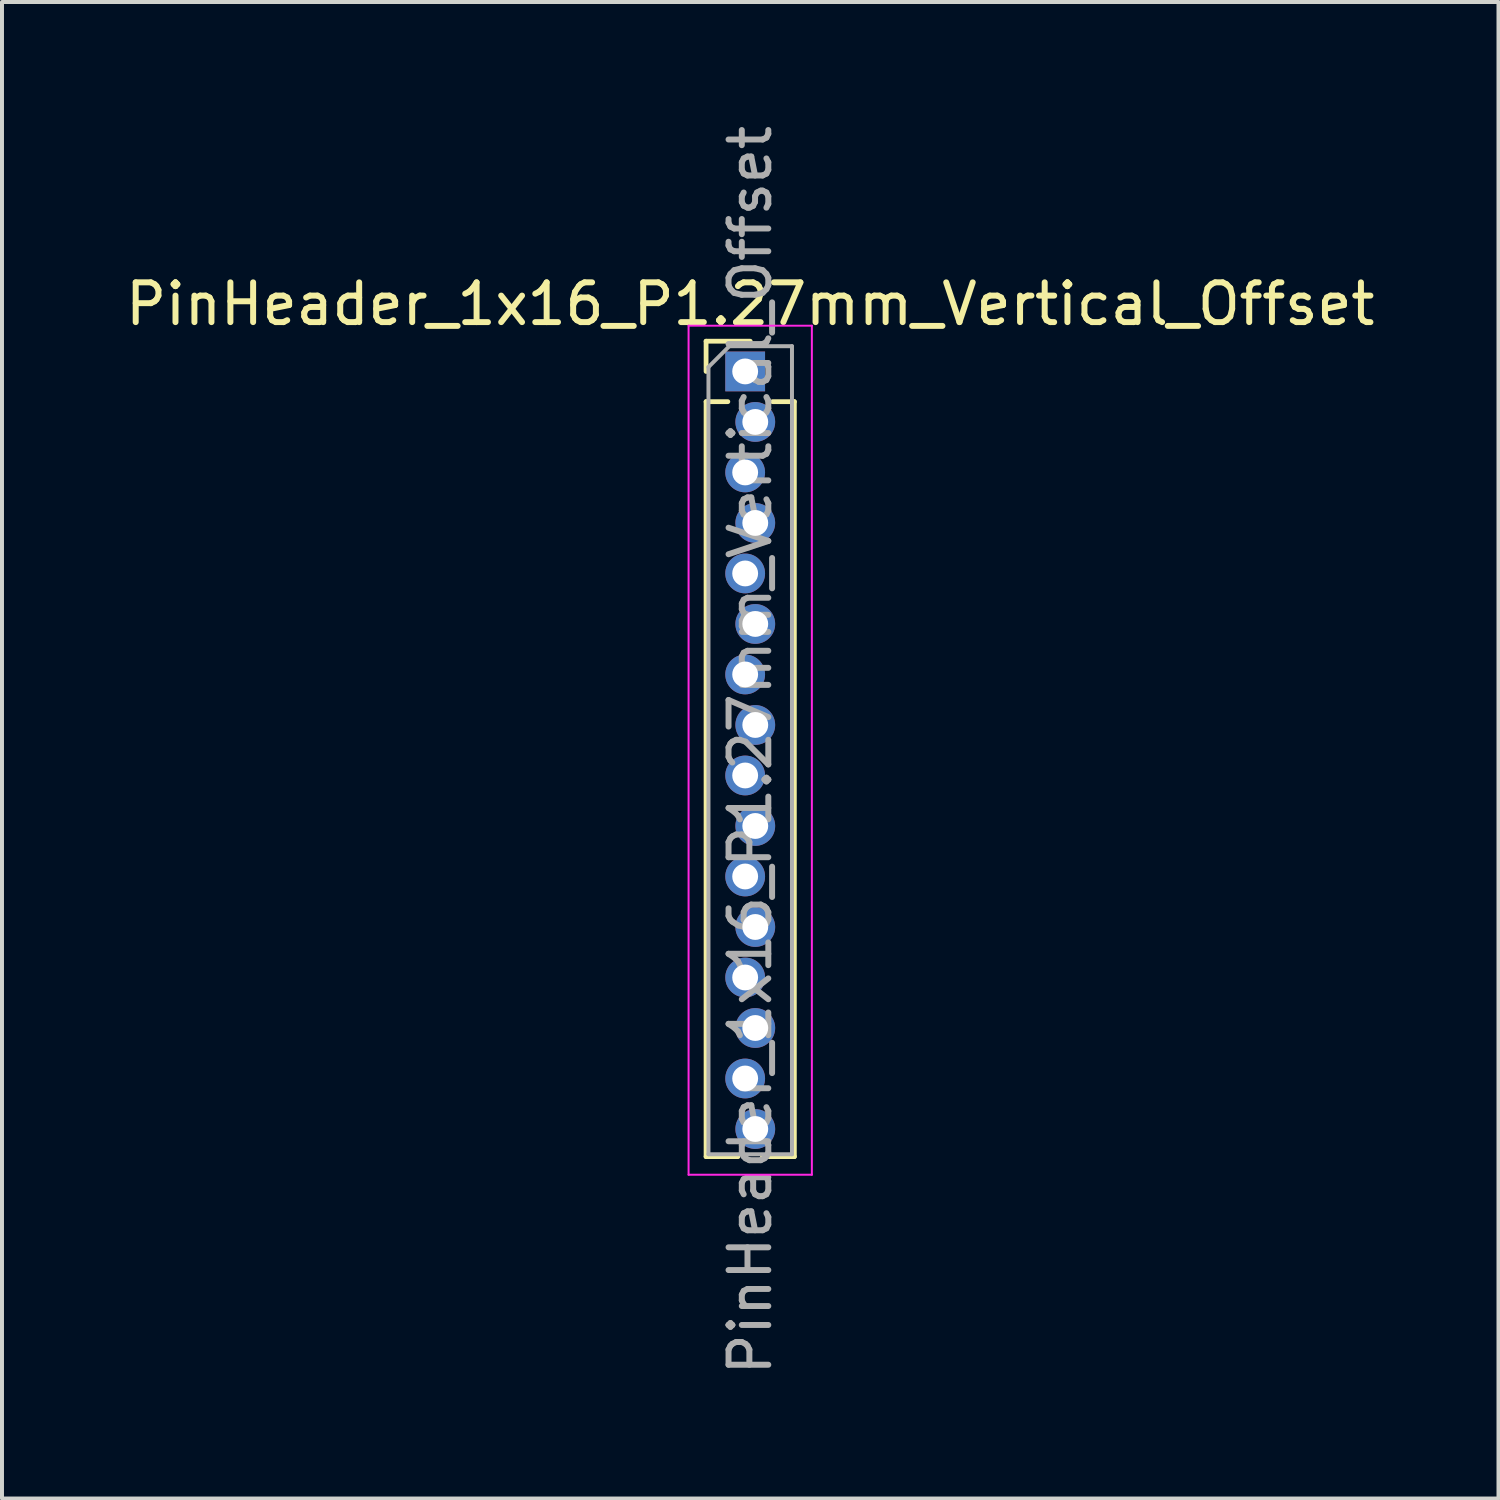
<source format=kicad_pcb>
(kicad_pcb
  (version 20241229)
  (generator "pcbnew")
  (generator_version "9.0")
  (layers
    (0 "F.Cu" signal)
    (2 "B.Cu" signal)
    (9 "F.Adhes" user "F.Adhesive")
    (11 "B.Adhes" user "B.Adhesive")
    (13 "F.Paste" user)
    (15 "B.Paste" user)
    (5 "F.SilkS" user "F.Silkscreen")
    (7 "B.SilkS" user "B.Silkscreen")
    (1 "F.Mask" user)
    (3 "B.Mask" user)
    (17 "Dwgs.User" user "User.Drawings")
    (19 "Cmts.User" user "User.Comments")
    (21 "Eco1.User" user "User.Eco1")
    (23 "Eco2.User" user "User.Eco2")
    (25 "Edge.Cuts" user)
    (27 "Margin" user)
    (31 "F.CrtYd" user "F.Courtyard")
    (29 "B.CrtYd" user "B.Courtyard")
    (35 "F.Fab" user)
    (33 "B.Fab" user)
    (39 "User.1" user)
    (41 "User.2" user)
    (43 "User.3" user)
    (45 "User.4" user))
  (footprint "PinHeader_1x16_P1.27mm_Vertical_Offset"
    (layer "F.Cu")
    (at 15.815 15.815)
    (property "Reference" "PinHeader_1x16_P1.27mm_Vertical_Offset" (at 0 -11.22 0) (layer "F.SilkS") (effects (font (size 1 1) (thickness 0.15))))
    (attr through_hole)
    (fp_line (start -1.11 -10.285) (end 0 -10.285) (stroke (width 0.12) (type solid)) (layer "F.SilkS"))
    (fp_line (start -1.11 -9.525) (end -1.11 -10.285) (stroke (width 0.12) (type solid)) (layer "F.SilkS"))
    (fp_line (start -1.11 -8.765) (end -1.11 10.22) (stroke (width 0.12) (type solid)) (layer "F.SilkS"))
    (fp_line (start -1.11 -8.765) (end -0.563 -8.765) (stroke (width 0.12) (type solid)) (layer "F.SilkS"))
    (fp_line (start -1.11 10.22) (end -0.308 10.22) (stroke (width 0.12) (type solid)) (layer "F.SilkS"))
    (fp_line (start 0.308 10.22) (end 1.11 10.22) (stroke (width 0.12) (type solid)) (layer "F.SilkS"))
    (fp_line (start 0.563 -8.765) (end 1.11 -8.765) (stroke (width 0.12) (type solid)) (layer "F.SilkS"))
    (fp_line (start 1.11 -8.765) (end 1.11 10.22) (stroke (width 0.12) (type solid)) (layer "F.SilkS"))
    (fp_line (start -1.55 -10.675) (end -1.55 10.675) (stroke (width 0.05) (type solid)) (layer "F.CrtYd"))
    (fp_line (start -1.55 10.675) (end 1.55 10.675) (stroke (width 0.05) (type solid)) (layer "F.CrtYd"))
    (fp_line (start 1.55 -10.675) (end -1.55 -10.675) (stroke (width 0.05) (type solid)) (layer "F.CrtYd"))
    (fp_line (start 1.55 10.675) (end 1.55 -10.675) (stroke (width 0.05) (type solid)) (layer "F.CrtYd"))
    (fp_line (start -1.05 -9.635) (end -0.525 -10.16) (stroke (width 0.1) (type solid)) (layer "F.Fab"))
    (fp_line (start -1.05 10.16) (end -1.05 -9.635) (stroke (width 0.1) (type solid)) (layer "F.Fab"))
    (fp_line (start -0.525 -10.16) (end 1.05 -10.16) (stroke (width 0.1) (type solid)) (layer "F.Fab"))
    (fp_line (start 1.05 -10.16) (end 1.05 10.16) (stroke (width 0.1) (type solid)) (layer "F.Fab"))
    (fp_line (start 1.05 10.16) (end -1.05 10.16) (stroke (width 0.1) (type solid)) (layer "F.Fab"))
    (fp_text user "${REFERENCE}" (at 0 0 90) (layer "F.Fab") (effects (font (size 1 1) (thickness 0.15))))
    (pad "1" thru_hole rect (at -0.127 -9.525) (size 1 1) (drill 0.65) (layers "*.Cu" "*.Mask"))
    (pad "2" thru_hole oval (at 0.127 -8.255) (size 1 1) (drill 0.65) (layers "*.Cu" "*.Mask"))
    (pad "3" thru_hole oval (at -0.127 -6.985) (size 1 1) (drill 0.65) (layers "*.Cu" "*.Mask"))
    (pad "4" thru_hole oval (at 0.127 -5.715) (size 1 1) (drill 0.65) (layers "*.Cu" "*.Mask"))
    (pad "5" thru_hole oval (at -0.127 -4.445) (size 1 1) (drill 0.65) (layers "*.Cu" "*.Mask"))
    (pad "6" thru_hole oval (at 0.127 -3.175) (size 1 1) (drill 0.65) (layers "*.Cu" "*.Mask"))
    (pad "7" thru_hole oval (at -0.127 -1.905) (size 1 1) (drill 0.65) (layers "*.Cu" "*.Mask"))
    (pad "8" thru_hole oval (at 0.127 -0.635) (size 1 1) (drill 0.65) (layers "*.Cu" "*.Mask"))
    (pad "9" thru_hole oval (at -0.127 0.635) (size 1 1) (drill 0.65) (layers "*.Cu" "*.Mask"))
    (pad "10" thru_hole oval (at 0.127 1.905) (size 1 1) (drill 0.65) (layers "*.Cu" "*.Mask"))
    (pad "11" thru_hole oval (at -0.127 3.175) (size 1 1) (drill 0.65) (layers "*.Cu" "*.Mask"))
    (pad "12" thru_hole oval (at 0.127 4.445) (size 1 1) (drill 0.65) (layers "*.Cu" "*.Mask"))
    (pad "13" thru_hole oval (at -0.127 5.715) (size 1 1) (drill 0.65) (layers "*.Cu" "*.Mask"))
    (pad "14" thru_hole oval (at 0.127 6.985) (size 1 1) (drill 0.65) (layers "*.Cu" "*.Mask"))
    (pad "15" thru_hole oval (at -0.127 8.255) (size 1 1) (drill 0.65) (layers "*.Cu" "*.Mask"))
    (pad "16" thru_hole oval (at 0.127 9.525) (size 1 1) (drill 0.65) (layers "*.Cu" "*.Mask")))
  (gr_rect
    (start -3 -3)
    (end 34.631 34.631)
    (stroke (width 0.1) (type default))
    (fill no)
    (layer "Edge.Cuts")))
</source>
